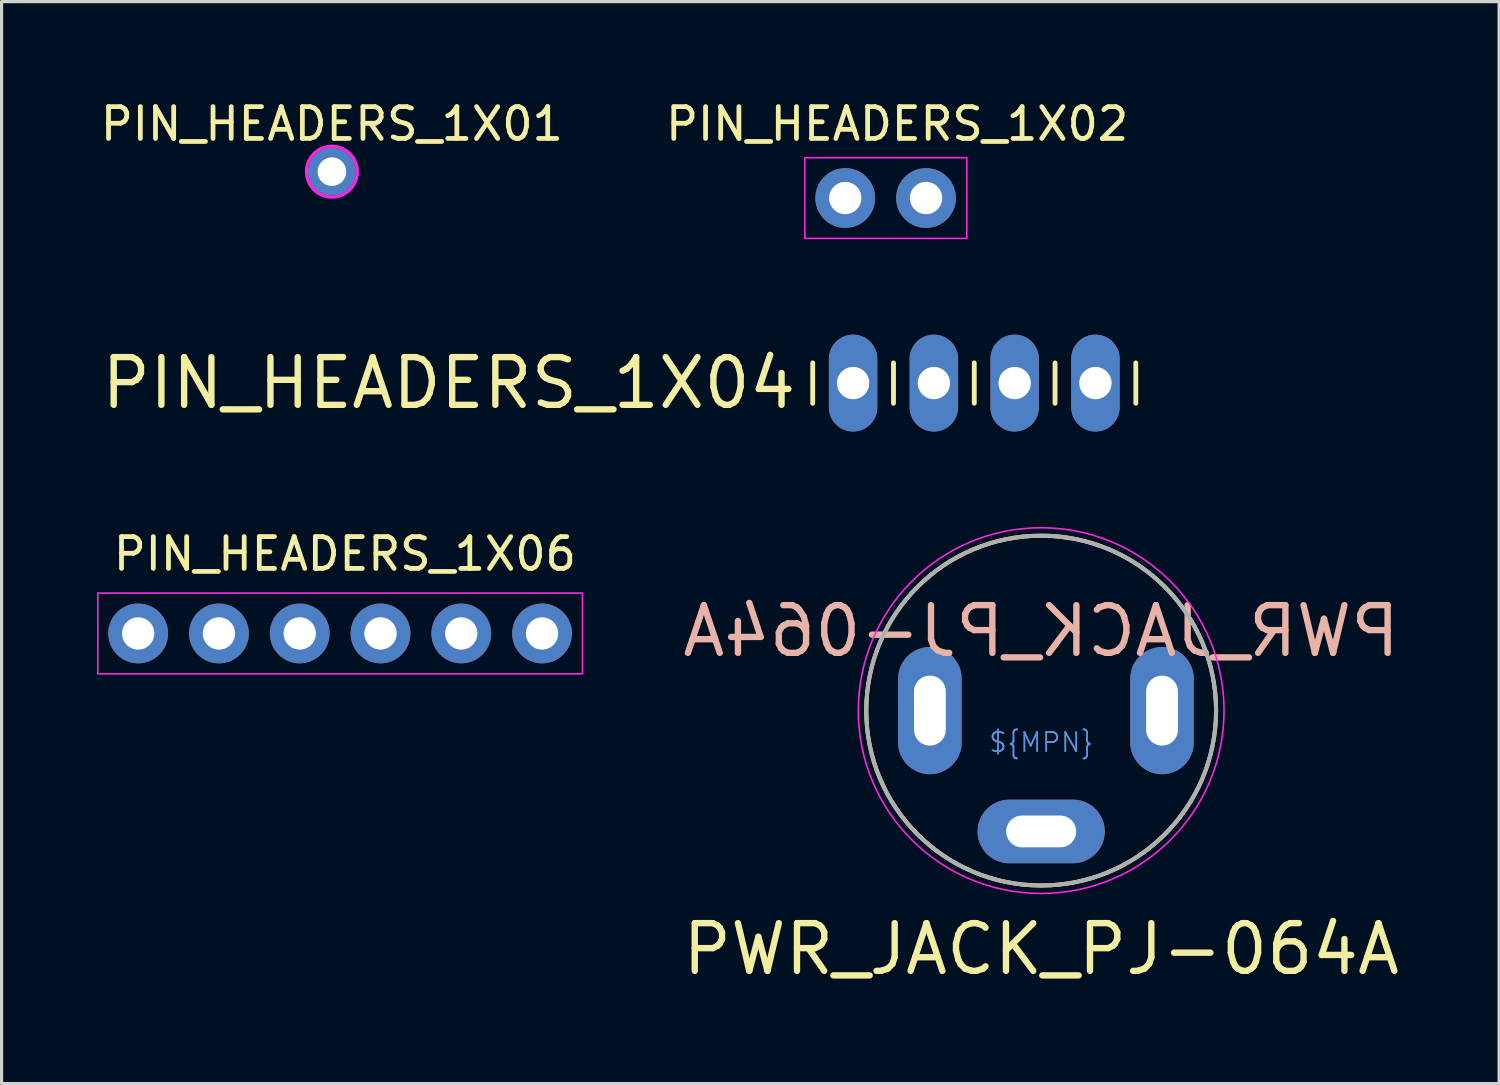
<source format=kicad_pcb>
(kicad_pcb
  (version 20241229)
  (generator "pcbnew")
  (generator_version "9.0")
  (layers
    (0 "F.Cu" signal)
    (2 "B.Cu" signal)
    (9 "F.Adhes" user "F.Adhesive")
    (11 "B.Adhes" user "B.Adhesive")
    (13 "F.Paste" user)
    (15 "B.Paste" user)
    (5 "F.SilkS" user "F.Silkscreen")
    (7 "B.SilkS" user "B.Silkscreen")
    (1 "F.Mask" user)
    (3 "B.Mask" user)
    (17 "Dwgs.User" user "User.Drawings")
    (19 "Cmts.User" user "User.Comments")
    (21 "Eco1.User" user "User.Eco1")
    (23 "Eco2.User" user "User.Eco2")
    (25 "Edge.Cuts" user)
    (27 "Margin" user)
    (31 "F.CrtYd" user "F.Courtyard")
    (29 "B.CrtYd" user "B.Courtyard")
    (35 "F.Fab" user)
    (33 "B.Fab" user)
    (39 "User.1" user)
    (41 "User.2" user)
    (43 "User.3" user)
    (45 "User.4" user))
  (footprint "PIN_HEADERS_1X04"
    (layer "F.Cu")
    (at 27.586 8.996)
    (property "Reference" "PIN_HEADERS_1X04" (at -5.5 0 0) (unlocked yes) (layer "F.SilkS") (effects (font (size 1.5 1.5) (thickness 0.2)) (justify right)))
    (fp_line (start -5.08 -0.635) (end -5.08 0.635) (stroke (width 0.152) (type solid)) (layer "F.SilkS"))
    (fp_line (start -2.54 -0.635) (end -2.54 0.635) (stroke (width 0.152) (type solid)) (layer "F.SilkS"))
    (fp_line (start 0 -0.635) (end 0 0.635) (stroke (width 0.152) (type solid)) (layer "F.SilkS"))
    (fp_line (start 2.54 -0.635) (end 2.54 0.635) (stroke (width 0.152) (type solid)) (layer "F.SilkS"))
    (fp_line (start 5.08 -0.635) (end 5.08 0.635) (stroke (width 0.152) (type solid)) (layer "F.SilkS"))
    (fp_line (start -5.08 0.635) (end -4.445 1.27) (stroke (width 0.152) (type solid)) (layer "F.Paste"))
    (fp_line (start -4.445 -1.27) (end -5.08 -0.635) (stroke (width 0.152) (type solid)) (layer "F.Paste"))
    (fp_line (start -4.445 -1.27) (end -3.175 -1.27) (stroke (width 0.152) (type solid)) (layer "F.Paste"))
    (fp_line (start -3.175 -1.27) (end -2.54 -0.635) (stroke (width 0.152) (type solid)) (layer "F.Paste"))
    (fp_line (start -3.175 1.27) (end -4.445 1.27) (stroke (width 0.152) (type solid)) (layer "F.Paste"))
    (fp_line (start -2.54 -0.635) (end -1.905 -1.27) (stroke (width 0.152) (type solid)) (layer "F.Paste"))
    (fp_line (start -2.54 0.635) (end -3.175 1.27) (stroke (width 0.152) (type solid)) (layer "F.Paste"))
    (fp_line (start -1.905 -1.27) (end -0.635 -1.27) (stroke (width 0.152) (type solid)) (layer "F.Paste"))
    (fp_line (start -1.905 1.27) (end -2.54 0.635) (stroke (width 0.152) (type solid)) (layer "F.Paste"))
    (fp_line (start -0.635 -1.27) (end 0 -0.635) (stroke (width 0.152) (type solid)) (layer "F.Paste"))
    (fp_line (start -0.635 1.27) (end -1.905 1.27) (stroke (width 0.152) (type solid)) (layer "F.Paste"))
    (fp_line (start 0 -0.635) (end 0.635 -1.27) (stroke (width 0.152) (type solid)) (layer "F.Paste"))
    (fp_line (start 0 0.635) (end -0.635 1.27) (stroke (width 0.152) (type solid)) (layer "F.Paste"))
    (fp_line (start 0.635 -1.27) (end 1.905 -1.27) (stroke (width 0.152) (type solid)) (layer "F.Paste"))
    (fp_line (start 0.635 1.27) (end 0 0.635) (stroke (width 0.152) (type solid)) (layer "F.Paste"))
    (fp_line (start 1.905 -1.27) (end 2.54 -0.635) (stroke (width 0.152) (type solid)) (layer "F.Paste"))
    (fp_line (start 1.905 1.27) (end 0.635 1.27) (stroke (width 0.152) (type solid)) (layer "F.Paste"))
    (fp_line (start 2.54 0.635) (end 1.905 1.27) (stroke (width 0.152) (type solid)) (layer "F.Paste"))
    (fp_line (start 2.54 0.635) (end 3.175 1.27) (stroke (width 0.152) (type solid)) (layer "F.Paste"))
    (fp_line (start 3.175 -1.27) (end 2.54 -0.635) (stroke (width 0.152) (type solid)) (layer "F.Paste"))
    (fp_line (start 3.175 -1.27) (end 4.445 -1.27) (stroke (width 0.152) (type solid)) (layer "F.Paste"))
    (fp_line (start 4.445 -1.27) (end 5.08 -0.635) (stroke (width 0.152) (type solid)) (layer "F.Paste"))
    (fp_line (start 4.445 1.27) (end 3.175 1.27) (stroke (width 0.152) (type solid)) (layer "F.Paste"))
    (fp_line (start 5.08 0.635) (end 4.445 1.27) (stroke (width 0.152) (type solid)) (layer "F.Paste"))
    (fp_poly (pts (xy -4.064 0.254) (xy -3.556 0.254) (xy -3.556 -0.254) (xy -4.064 -0.254)) (stroke (width 0.1) (type default)) (fill no) (layer "F.Fab"))
    (fp_poly (pts (xy -1.524 0.254) (xy -1.016 0.254) (xy -1.016 -0.254) (xy -1.524 -0.254)) (stroke (width 0.1) (type default)) (fill no) (layer "F.Fab"))
    (fp_poly (pts (xy 1.016 0.254) (xy 1.524 0.254) (xy 1.524 -0.254) (xy 1.016 -0.254)) (stroke (width 0.1) (type default)) (fill no) (layer "F.Fab"))
    (fp_poly (pts (xy 3.556 0.254) (xy 4.064 0.254) (xy 4.064 -0.254) (xy 3.556 -0.254)) (stroke (width 0.1) (type default)) (fill no) (layer "F.Fab"))
    (pad "1" thru_hole oval (at -3.81 0 90) (size 3.048 1.524) (drill 1.016) (layers "*.Cu" "*.Mask"))
    (pad "2" thru_hole oval (at -1.27 0 90) (size 3.048 1.524) (drill 1.016) (layers "*.Cu" "*.Mask"))
    (pad "3" thru_hole oval (at 1.27 0 90) (size 3.048 1.524) (drill 1.016) (layers "*.Cu" "*.Mask"))
    (pad "4" thru_hole oval (at 3.81 0 90) (size 3.048 1.524) (drill 1.016) (layers "*.Cu" "*.Mask")))
  (footprint "PIN_HEADERS_1X01"
    (layer "F.Cu")
    (at 7.387 2.348)
    (property "Reference" "PIN_HEADERS_1X01" (at 0 -1.5 0) (unlocked yes) (layer "F.SilkS") (effects (font (size 1 1) (thickness 0.15))))
    (attr through_hole)
    (fp_circle (center 0 0) (end 0.8 0) (stroke (width 0.1) (type solid)) (fill no) (layer "F.CrtYd"))
    (pad "1" thru_hole circle (at 0 0) (size 1.5 1.5) (drill 0.9) (layers "*.Cu" "*.Mask")))
  (footprint "PIN_HEADERS_1X02"
    (layer "F.Cu")
    (at 23.529 3.177)
    (property "Reference" "PIN_HEADERS_1X02" (at 1.632 -2.329 0) (layer "F.SilkS") (effects (font (size 1 1) (thickness 0.15) (bold yes))))
    (fp_rect (start -1.27 -1.27) (end 3.822 1.27) (stroke (width 0.05) (type default)) (fill no) (layer "F.CrtYd"))
    (fp_poly (pts (xy -0.254 0.254) (xy 0.254 0.254) (xy 0.254 -0.254) (xy -0.254 -0.254)) (stroke (width 0.1) (type default)) (fill no) (layer "F.Fab"))
    (fp_poly (pts (xy 2.286 0.254) (xy 2.794 0.254) (xy 2.794 -0.254) (xy 2.286 -0.254)) (stroke (width 0.1) (type default)) (fill no) (layer "F.Fab"))
    (pad "1" thru_hole circle (at 0 0 90) (size 1.88 1.88) (drill 1.016) (layers "*.Cu" "*.Mask") (remove_unused_layers yes) (keep_end_layers yes) (zone_layer_connections))
    (pad "2" thru_hole circle (at 2.54 0 90) (size 1.88 1.88) (drill 1.016) (layers "*.Cu" "*.Mask") (remove_unused_layers yes) (keep_end_layers yes) (zone_layer_connections)))
  (footprint "PWR_JACK_PJ-064A"
    (layer "F.Cu")
    (at 26.19 19.295)
    (property "Reference" "PWR_JACK_PJ-064A" (at 3.5 -2.5 0) (unlocked yes) (layer "B.SilkS") (effects (font (size 1.5 1.5) (thickness 0.2)) (justify mirror)))
    (property "MPN" "${MPN}" (at 3.5 1 0) (layer "Cmts.User") (effects (font (size 0.6 0.6) (thickness 0.06))))
    (fp_circle (center 3.5 0) (end 9 0) (stroke (width 0.127) (type solid)) (fill no) (layer "F.SilkS"))
    (fp_circle (center 3.5 0) (end 9.25 0) (stroke (width 0.05) (type solid)) (fill no) (layer "F.CrtYd"))
    (fp_circle (center 3.5 0) (end 9 0) (stroke (width 0.127) (type solid)) (fill no) (layer "F.Fab"))
    (fp_text user "${Reference}" (at 3.5 7.5 0) (unlocked yes) (layer "F.SilkS") (effects (font (size 1.5 1.5) (thickness 0.2))))
    (pad "1" thru_hole oval (at 0 0 90) (size 4 2) (drill oval 2.2 1) (layers "*.Cu" "*.Mask"))
    (pad "2" thru_hole oval (at 3.5 3.8 180) (size 4 2) (drill oval 2.2 1) (layers "*.Cu" "*.Mask"))
    (pad "3" thru_hole oval (at 7.3 0 90) (size 4 2) (drill oval 2.2 1) (layers "*.Cu" "*.Mask")))
  (footprint "PIN_HEADERS_1X06"
    (layer "F.Cu")
    (at 1.295 16.869)
    (property "Reference" "PIN_HEADERS_1X06" (at 6.5 -2.5 0) (layer "F.SilkS") (effects (font (size 1 1) (thickness 0.15) (bold yes))))
    (fp_rect (start -1.27 -1.27) (end 13.97 1.27) (stroke (width 0.05) (type default)) (fill no) (layer "F.CrtYd"))
    (fp_poly (pts (xy -0.254 0.254) (xy 0.254 0.254) (xy 0.254 -0.254) (xy -0.254 -0.254)) (stroke (width 0.1) (type default)) (fill no) (layer "F.Fab"))
    (fp_poly (pts (xy 2.286 0.254) (xy 2.794 0.254) (xy 2.794 -0.254) (xy 2.286 -0.254)) (stroke (width 0.1) (type default)) (fill no) (layer "F.Fab"))
    (fp_poly (pts (xy 4.826 0.254) (xy 5.334 0.254) (xy 5.334 -0.254) (xy 4.826 -0.254)) (stroke (width 0.1) (type default)) (fill no) (layer "F.Fab"))
    (fp_poly (pts (xy 7.366 0.254) (xy 7.874 0.254) (xy 7.874 -0.254) (xy 7.366 -0.254)) (stroke (width 0.1) (type default)) (fill no) (layer "F.Fab"))
    (fp_poly (pts (xy 9.906 0.254) (xy 10.414 0.254) (xy 10.414 -0.254) (xy 9.906 -0.254)) (stroke (width 0.1) (type default)) (fill no) (layer "F.Fab"))
    (fp_poly (pts (xy 12.446 0.254) (xy 12.954 0.254) (xy 12.954 -0.254) (xy 12.446 -0.254)) (stroke (width 0.1) (type default)) (fill no) (layer "F.Fab"))
    (pad "1" thru_hole circle (at 0 0 90) (size 1.88 1.88) (drill 1.016) (layers "*.Cu" "*.Mask") (remove_unused_layers yes) (keep_end_layers yes) (zone_layer_connections))
    (pad "2" thru_hole circle (at 2.54 0 90) (size 1.88 1.88) (drill 1.016) (layers "*.Cu" "*.Mask") (remove_unused_layers yes) (keep_end_layers yes) (zone_layer_connections))
    (pad "3" thru_hole circle (at 5.08 0 90) (size 1.88 1.88) (drill 1.016) (layers "*.Cu" "*.Mask") (remove_unused_layers yes) (keep_end_layers yes) (zone_layer_connections))
    (pad "4" thru_hole circle (at 7.62 0 90) (size 1.88 1.88) (drill 1.016) (layers "*.Cu" "*.Mask") (remove_unused_layers yes) (keep_end_layers yes) (zone_layer_connections))
    (pad "5" thru_hole circle (at 10.16 0 90) (size 1.88 1.88) (drill 1.016) (layers "*.Cu" "*.Mask") (remove_unused_layers yes) (keep_end_layers yes) (zone_layer_connections))
    (pad "6" thru_hole circle (at 12.7 0 90) (size 1.88 1.88) (drill 1.016) (layers "*.Cu" "*.Mask") (remove_unused_layers yes) (keep_end_layers yes) (zone_layer_connections)))
  (gr_rect
    (start -3 -3)
    (end 44.09 31.024)
    (stroke (width 0.1) (type default))
    (fill no)
    (layer "Edge.Cuts")))
</source>
